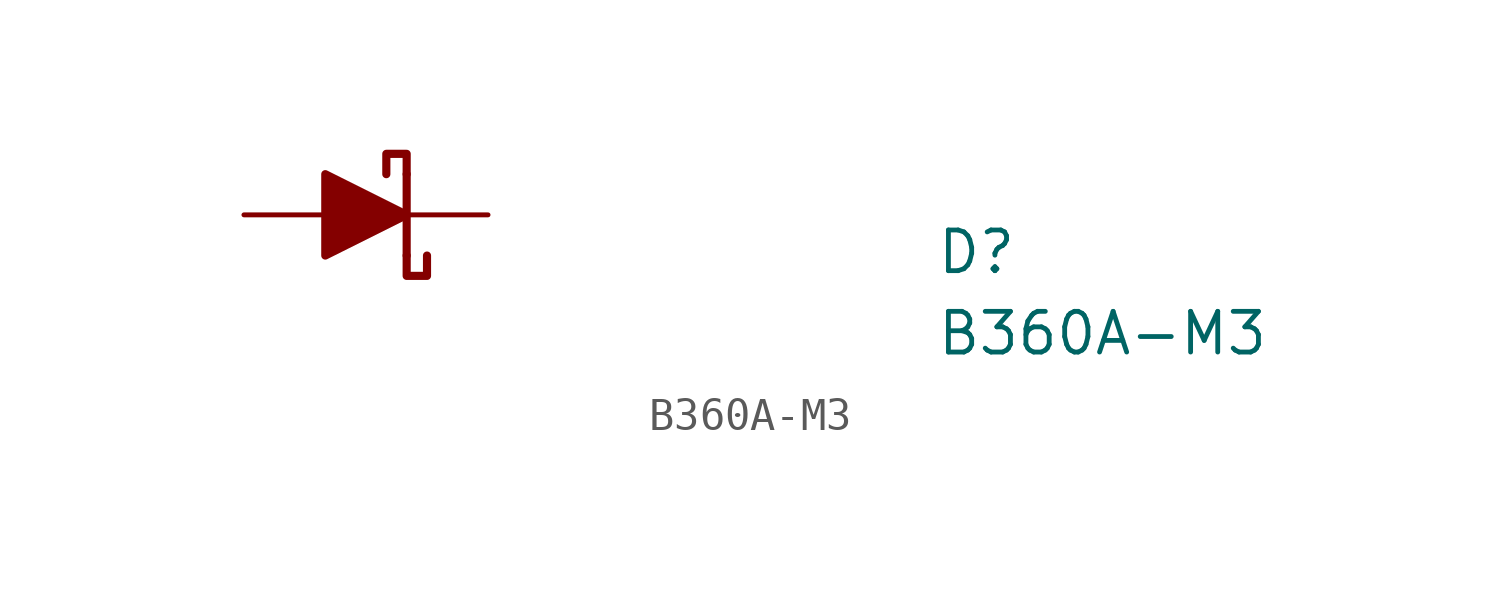
<source format=kicad_sym>
(kicad_symbol_lib
  (version 20211014)
  (generator kicad_symbol_editor)
  (symbol "B360A-M3"
    (pin_numbers hide)
    (pin_names hide)
    (property "Reference" "D"
      (at 21.59 -1.905 0)
      (effects (font (size 1.27 1.27) (thickness 0.15)) (justify left bottom)))
    (property "Value" "B360A-M3"
      (at 21.59 -4.445 0)
      (effects (font (size 1.27 1.27) (thickness 0.15)) (justify left bottom)))
    (symbol "B360A-M3_1_1"
      (polyline (pts (xy 5.08 1.27) (xy 5.08 -1.27)) (stroke (width 0.254) (type default) (color 0 0 0 0)) (fill (type none)))
      (polyline (pts (xy 2.54 1.27) (xy 2.54 -1.27) (xy 5.08 0) (xy 2.54 1.27)) (stroke (width 0.254) (type default) (color 0 0 0 0)) (fill (type outline)))
      (polyline (pts (xy 5.08 -1.27) (xy 5.08 -1.905) (xy 5.715 -1.905) (xy 5.715 -1.27)) (stroke (width 0.254) (type default) (color 0 0 0 0)) (fill (type none)))
      (polyline (pts (xy 5.08 1.27) (xy 5.08 1.905) (xy 4.445 1.905) (xy 4.445 1.27)) (stroke (width 0.254) (type default) (color 0 0 0 0)) (fill (type none)))
      (pin passive line (at 0 0 0) (length 2.54) (name "~" (effects (font (size 1.27 1.27)))) (number "A" (effects (font (size 1.27 1.27)))))
      (pin passive line (at 7.62 0 180) (length 2.54) (name "~" (effects (font (size 1.27 1.27)))) (number "K" (effects (font (size 1.27 1.27))))))))
</source>
